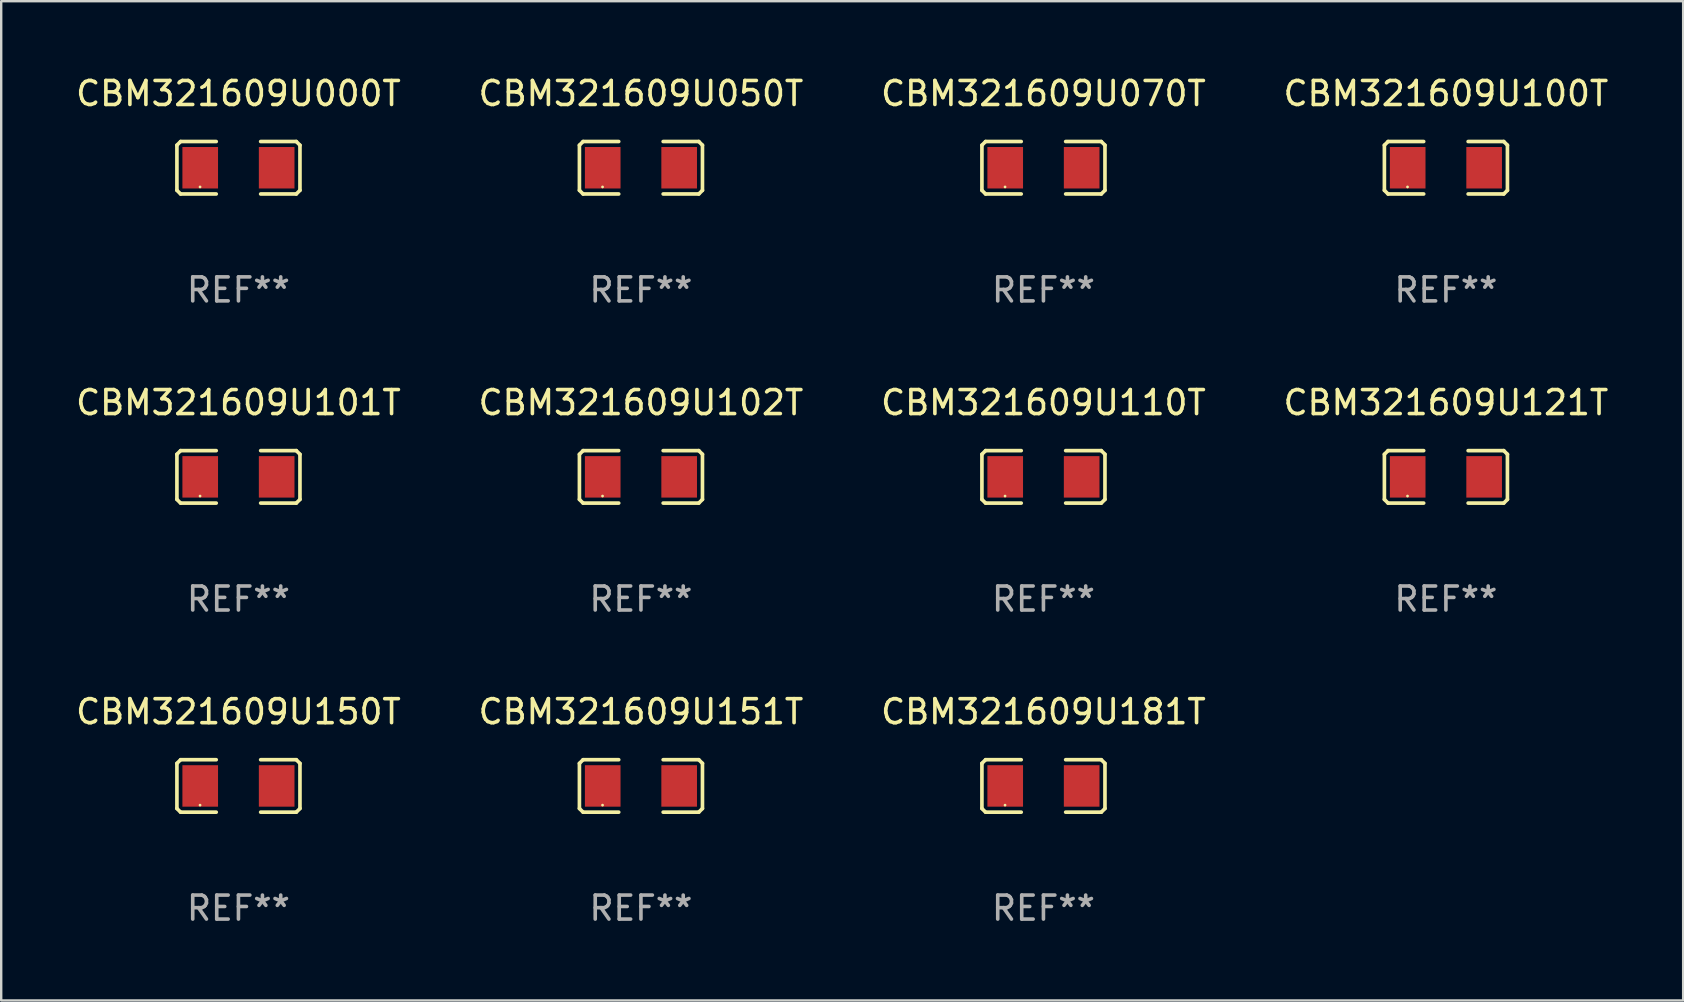
<source format=kicad_pcb>
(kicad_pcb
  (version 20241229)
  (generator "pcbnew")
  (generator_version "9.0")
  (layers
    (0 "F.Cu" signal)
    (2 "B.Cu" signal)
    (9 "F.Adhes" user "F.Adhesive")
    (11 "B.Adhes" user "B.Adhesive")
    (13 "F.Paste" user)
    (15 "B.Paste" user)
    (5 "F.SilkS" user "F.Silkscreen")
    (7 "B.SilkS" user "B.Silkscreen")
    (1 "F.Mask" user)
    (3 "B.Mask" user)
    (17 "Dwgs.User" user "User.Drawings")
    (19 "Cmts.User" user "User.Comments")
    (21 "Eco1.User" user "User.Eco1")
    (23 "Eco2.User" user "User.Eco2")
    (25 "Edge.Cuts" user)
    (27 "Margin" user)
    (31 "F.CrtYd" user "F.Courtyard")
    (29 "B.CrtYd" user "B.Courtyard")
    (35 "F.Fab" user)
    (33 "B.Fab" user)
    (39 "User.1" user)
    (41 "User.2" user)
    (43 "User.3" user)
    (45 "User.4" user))
  (footprint "CBM321609U151T"
    (layer "F.Cu")
    (at 23.661 29.704)
    (property "Reference" "CBM321609U151T" (at 0 -3.093 0) (layer "F.SilkS") (effects (font (size 1 1) (thickness 0.15))))
    (attr through_hole)
    (fp_line (start -2.564 -0.94) (end -2.411 -1.093) (stroke (width 0.152) (type solid)) (layer "F.SilkS"))
    (fp_line (start -2.564 0.94) (end -2.564 -0.94) (stroke (width 0.152) (type solid)) (layer "F.SilkS"))
    (fp_line (start -2.411 -1.093) (end -0.926 -1.093) (stroke (width 0.152) (type solid)) (layer "F.SilkS"))
    (fp_line (start -2.411 1.093) (end -2.564 0.94) (stroke (width 0.152) (type solid)) (layer "F.SilkS"))
    (fp_line (start -0.926 1.093) (end -2.411 1.093) (stroke (width 0.152) (type solid)) (layer "F.SilkS"))
    (fp_line (start 0.926 1.093) (end 2.411 1.093) (stroke (width 0.152) (type solid)) (layer "F.SilkS"))
    (fp_line (start 2.411 -1.093) (end 0.926 -1.093) (stroke (width 0.152) (type solid)) (layer "F.SilkS"))
    (fp_line (start 2.411 1.093) (end 2.564 0.94) (stroke (width 0.152) (type solid)) (layer "F.SilkS"))
    (fp_line (start 2.564 -0.94) (end 2.411 -1.093) (stroke (width 0.152) (type solid)) (layer "F.SilkS"))
    (fp_line (start 2.564 0.94) (end 2.564 -0.94) (stroke (width 0.152) (type solid)) (layer "F.SilkS"))
    (fp_circle (center -1.6 0.8) (end -1.57 0.8) (stroke (width 0.06) (type solid)) (fill no) (layer "F.SilkS"))
    (fp_text user "REF**" (at 0 5.093 0) (layer "F.Fab") (effects (font (size 1 1) (thickness 0.15))))
    (pad "1" smd rect (at -1.593 0) (size 1.485 1.728) (layers "F.Cu" "F.Mask" "F.Paste"))
    (pad "2" smd rect (at 1.593 0) (size 1.485 1.728) (layers "F.Cu" "F.Mask" "F.Paste")))
  (footprint "CBM321609U110T"
    (layer "F.Cu")
    (at 40.435 16.823)
    (property "Reference" "CBM321609U110T" (at 0 -3.093 0) (layer "F.SilkS") (effects (font (size 1 1) (thickness 0.15))))
    (attr through_hole)
    (fp_line (start -2.564 -0.94) (end -2.411 -1.093) (stroke (width 0.152) (type solid)) (layer "F.SilkS"))
    (fp_line (start -2.564 0.94) (end -2.564 -0.94) (stroke (width 0.152) (type solid)) (layer "F.SilkS"))
    (fp_line (start -2.411 -1.093) (end -0.926 -1.093) (stroke (width 0.152) (type solid)) (layer "F.SilkS"))
    (fp_line (start -2.411 1.093) (end -2.564 0.94) (stroke (width 0.152) (type solid)) (layer "F.SilkS"))
    (fp_line (start -0.926 1.093) (end -2.411 1.093) (stroke (width 0.152) (type solid)) (layer "F.SilkS"))
    (fp_line (start 0.926 1.093) (end 2.411 1.093) (stroke (width 0.152) (type solid)) (layer "F.SilkS"))
    (fp_line (start 2.411 -1.093) (end 0.926 -1.093) (stroke (width 0.152) (type solid)) (layer "F.SilkS"))
    (fp_line (start 2.411 1.093) (end 2.564 0.94) (stroke (width 0.152) (type solid)) (layer "F.SilkS"))
    (fp_line (start 2.564 -0.94) (end 2.411 -1.093) (stroke (width 0.152) (type solid)) (layer "F.SilkS"))
    (fp_line (start 2.564 0.94) (end 2.564 -0.94) (stroke (width 0.152) (type solid)) (layer "F.SilkS"))
    (fp_circle (center -1.6 0.8) (end -1.57 0.8) (stroke (width 0.06) (type solid)) (fill no) (layer "F.SilkS"))
    (fp_text user "REF**" (at 0 5.093 0) (layer "F.Fab") (effects (font (size 1 1) (thickness 0.15))))
    (pad "1" smd rect (at -1.593 0) (size 1.485 1.728) (layers "F.Cu" "F.Mask" "F.Paste"))
    (pad "2" smd rect (at 1.593 0) (size 1.485 1.728) (layers "F.Cu" "F.Mask" "F.Paste")))
  (footprint "CBM321609U070T"
    (layer "F.Cu")
    (at 40.435 3.941)
    (property "Reference" "CBM321609U070T" (at 0 -3.093 0) (layer "F.SilkS") (effects (font (size 1 1) (thickness 0.15))))
    (attr through_hole)
    (fp_line (start -2.564 -0.94) (end -2.411 -1.093) (stroke (width 0.152) (type solid)) (layer "F.SilkS"))
    (fp_line (start -2.564 0.94) (end -2.564 -0.94) (stroke (width 0.152) (type solid)) (layer "F.SilkS"))
    (fp_line (start -2.411 -1.093) (end -0.926 -1.093) (stroke (width 0.152) (type solid)) (layer "F.SilkS"))
    (fp_line (start -2.411 1.093) (end -2.564 0.94) (stroke (width 0.152) (type solid)) (layer "F.SilkS"))
    (fp_line (start -0.926 1.093) (end -2.411 1.093) (stroke (width 0.152) (type solid)) (layer "F.SilkS"))
    (fp_line (start 0.926 1.093) (end 2.411 1.093) (stroke (width 0.152) (type solid)) (layer "F.SilkS"))
    (fp_line (start 2.411 -1.093) (end 0.926 -1.093) (stroke (width 0.152) (type solid)) (layer "F.SilkS"))
    (fp_line (start 2.411 1.093) (end 2.564 0.94) (stroke (width 0.152) (type solid)) (layer "F.SilkS"))
    (fp_line (start 2.564 -0.94) (end 2.411 -1.093) (stroke (width 0.152) (type solid)) (layer "F.SilkS"))
    (fp_line (start 2.564 0.94) (end 2.564 -0.94) (stroke (width 0.152) (type solid)) (layer "F.SilkS"))
    (fp_circle (center -1.6 0.8) (end -1.57 0.8) (stroke (width 0.06) (type solid)) (fill no) (layer "F.SilkS"))
    (fp_text user "REF**" (at 0 5.093 0) (layer "F.Fab") (effects (font (size 1 1) (thickness 0.15))))
    (pad "1" smd rect (at -1.593 0) (size 1.485 1.728) (layers "F.Cu" "F.Mask" "F.Paste"))
    (pad "2" smd rect (at 1.593 0) (size 1.485 1.728) (layers "F.Cu" "F.Mask" "F.Paste")))
  (footprint "CBM321609U000T"
    (layer "F.Cu")
    (at 6.887 3.941)
    (property "Reference" "CBM321609U000T" (at 0 -3.093 0) (layer "F.SilkS") (effects (font (size 1 1) (thickness 0.15))))
    (attr through_hole)
    (fp_line (start -2.564 -0.94) (end -2.411 -1.093) (stroke (width 0.152) (type solid)) (layer "F.SilkS"))
    (fp_line (start -2.564 0.94) (end -2.564 -0.94) (stroke (width 0.152) (type solid)) (layer "F.SilkS"))
    (fp_line (start -2.411 -1.093) (end -0.926 -1.093) (stroke (width 0.152) (type solid)) (layer "F.SilkS"))
    (fp_line (start -2.411 1.093) (end -2.564 0.94) (stroke (width 0.152) (type solid)) (layer "F.SilkS"))
    (fp_line (start -0.926 1.093) (end -2.411 1.093) (stroke (width 0.152) (type solid)) (layer "F.SilkS"))
    (fp_line (start 0.926 1.093) (end 2.411 1.093) (stroke (width 0.152) (type solid)) (layer "F.SilkS"))
    (fp_line (start 2.411 -1.093) (end 0.926 -1.093) (stroke (width 0.152) (type solid)) (layer "F.SilkS"))
    (fp_line (start 2.411 1.093) (end 2.564 0.94) (stroke (width 0.152) (type solid)) (layer "F.SilkS"))
    (fp_line (start 2.564 -0.94) (end 2.411 -1.093) (stroke (width 0.152) (type solid)) (layer "F.SilkS"))
    (fp_line (start 2.564 0.94) (end 2.564 -0.94) (stroke (width 0.152) (type solid)) (layer "F.SilkS"))
    (fp_circle (center -1.6 0.8) (end -1.57 0.8) (stroke (width 0.06) (type solid)) (fill no) (layer "F.SilkS"))
    (fp_text user "REF**" (at 0 5.093 0) (layer "F.Fab") (effects (font (size 1 1) (thickness 0.15))))
    (pad "1" smd rect (at -1.593 0) (size 1.485 1.728) (layers "F.Cu" "F.Mask" "F.Paste"))
    (pad "2" smd rect (at 1.593 0) (size 1.485 1.728) (layers "F.Cu" "F.Mask" "F.Paste")))
  (footprint "CBM321609U050T"
    (layer "F.Cu")
    (at 23.661 3.941)
    (property "Reference" "CBM321609U050T" (at 0 -3.093 0) (layer "F.SilkS") (effects (font (size 1 1) (thickness 0.15))))
    (attr through_hole)
    (fp_line (start -2.564 -0.94) (end -2.411 -1.093) (stroke (width 0.152) (type solid)) (layer "F.SilkS"))
    (fp_line (start -2.564 0.94) (end -2.564 -0.94) (stroke (width 0.152) (type solid)) (layer "F.SilkS"))
    (fp_line (start -2.411 -1.093) (end -0.926 -1.093) (stroke (width 0.152) (type solid)) (layer "F.SilkS"))
    (fp_line (start -2.411 1.093) (end -2.564 0.94) (stroke (width 0.152) (type solid)) (layer "F.SilkS"))
    (fp_line (start -0.926 1.093) (end -2.411 1.093) (stroke (width 0.152) (type solid)) (layer "F.SilkS"))
    (fp_line (start 0.926 1.093) (end 2.411 1.093) (stroke (width 0.152) (type solid)) (layer "F.SilkS"))
    (fp_line (start 2.411 -1.093) (end 0.926 -1.093) (stroke (width 0.152) (type solid)) (layer "F.SilkS"))
    (fp_line (start 2.411 1.093) (end 2.564 0.94) (stroke (width 0.152) (type solid)) (layer "F.SilkS"))
    (fp_line (start 2.564 -0.94) (end 2.411 -1.093) (stroke (width 0.152) (type solid)) (layer "F.SilkS"))
    (fp_line (start 2.564 0.94) (end 2.564 -0.94) (stroke (width 0.152) (type solid)) (layer "F.SilkS"))
    (fp_circle (center -1.6 0.8) (end -1.57 0.8) (stroke (width 0.06) (type solid)) (fill no) (layer "F.SilkS"))
    (fp_text user "REF**" (at 0 5.093 0) (layer "F.Fab") (effects (font (size 1 1) (thickness 0.15))))
    (pad "1" smd rect (at -1.593 0) (size 1.485 1.728) (layers "F.Cu" "F.Mask" "F.Paste"))
    (pad "2" smd rect (at 1.593 0) (size 1.485 1.728) (layers "F.Cu" "F.Mask" "F.Paste")))
  (footprint "CBM321609U101T"
    (layer "F.Cu")
    (at 6.887 16.823)
    (property "Reference" "CBM321609U101T" (at 0 -3.093 0) (layer "F.SilkS") (effects (font (size 1 1) (thickness 0.15))))
    (attr through_hole)
    (fp_line (start -2.564 -0.94) (end -2.411 -1.093) (stroke (width 0.152) (type solid)) (layer "F.SilkS"))
    (fp_line (start -2.564 0.94) (end -2.564 -0.94) (stroke (width 0.152) (type solid)) (layer "F.SilkS"))
    (fp_line (start -2.411 -1.093) (end -0.926 -1.093) (stroke (width 0.152) (type solid)) (layer "F.SilkS"))
    (fp_line (start -2.411 1.093) (end -2.564 0.94) (stroke (width 0.152) (type solid)) (layer "F.SilkS"))
    (fp_line (start -0.926 1.093) (end -2.411 1.093) (stroke (width 0.152) (type solid)) (layer "F.SilkS"))
    (fp_line (start 0.926 1.093) (end 2.411 1.093) (stroke (width 0.152) (type solid)) (layer "F.SilkS"))
    (fp_line (start 2.411 -1.093) (end 0.926 -1.093) (stroke (width 0.152) (type solid)) (layer "F.SilkS"))
    (fp_line (start 2.411 1.093) (end 2.564 0.94) (stroke (width 0.152) (type solid)) (layer "F.SilkS"))
    (fp_line (start 2.564 -0.94) (end 2.411 -1.093) (stroke (width 0.152) (type solid)) (layer "F.SilkS"))
    (fp_line (start 2.564 0.94) (end 2.564 -0.94) (stroke (width 0.152) (type solid)) (layer "F.SilkS"))
    (fp_circle (center -1.6 0.8) (end -1.57 0.8) (stroke (width 0.06) (type solid)) (fill no) (layer "F.SilkS"))
    (fp_text user "REF**" (at 0 5.093 0) (layer "F.Fab") (effects (font (size 1 1) (thickness 0.15))))
    (pad "1" smd rect (at -1.593 0) (size 1.485 1.728) (layers "F.Cu" "F.Mask" "F.Paste"))
    (pad "2" smd rect (at 1.593 0) (size 1.485 1.728) (layers "F.Cu" "F.Mask" "F.Paste")))
  (footprint "CBM321609U100T"
    (layer "F.Cu")
    (at 57.208 3.941)
    (property "Reference" "CBM321609U100T" (at 0 -3.093 0) (layer "F.SilkS") (effects (font (size 1 1) (thickness 0.15))))
    (attr through_hole)
    (fp_line (start -2.564 -0.94) (end -2.411 -1.093) (stroke (width 0.152) (type solid)) (layer "F.SilkS"))
    (fp_line (start -2.564 0.94) (end -2.564 -0.94) (stroke (width 0.152) (type solid)) (layer "F.SilkS"))
    (fp_line (start -2.411 -1.093) (end -0.926 -1.093) (stroke (width 0.152) (type solid)) (layer "F.SilkS"))
    (fp_line (start -2.411 1.093) (end -2.564 0.94) (stroke (width 0.152) (type solid)) (layer "F.SilkS"))
    (fp_line (start -0.926 1.093) (end -2.411 1.093) (stroke (width 0.152) (type solid)) (layer "F.SilkS"))
    (fp_line (start 0.926 1.093) (end 2.411 1.093) (stroke (width 0.152) (type solid)) (layer "F.SilkS"))
    (fp_line (start 2.411 -1.093) (end 0.926 -1.093) (stroke (width 0.152) (type solid)) (layer "F.SilkS"))
    (fp_line (start 2.411 1.093) (end 2.564 0.94) (stroke (width 0.152) (type solid)) (layer "F.SilkS"))
    (fp_line (start 2.564 -0.94) (end 2.411 -1.093) (stroke (width 0.152) (type solid)) (layer "F.SilkS"))
    (fp_line (start 2.564 0.94) (end 2.564 -0.94) (stroke (width 0.152) (type solid)) (layer "F.SilkS"))
    (fp_circle (center -1.6 0.8) (end -1.57 0.8) (stroke (width 0.06) (type solid)) (fill no) (layer "F.SilkS"))
    (fp_text user "REF**" (at 0 5.093 0) (layer "F.Fab") (effects (font (size 1 1) (thickness 0.15))))
    (pad "1" smd rect (at -1.593 0) (size 1.485 1.728) (layers "F.Cu" "F.Mask" "F.Paste"))
    (pad "2" smd rect (at 1.593 0) (size 1.485 1.728) (layers "F.Cu" "F.Mask" "F.Paste")))
  (footprint "CBM321609U150T"
    (layer "F.Cu")
    (at 6.887 29.704)
    (property "Reference" "CBM321609U150T" (at 0 -3.093 0) (layer "F.SilkS") (effects (font (size 1 1) (thickness 0.15))))
    (attr through_hole)
    (fp_line (start -2.564 -0.94) (end -2.411 -1.093) (stroke (width 0.152) (type solid)) (layer "F.SilkS"))
    (fp_line (start -2.564 0.94) (end -2.564 -0.94) (stroke (width 0.152) (type solid)) (layer "F.SilkS"))
    (fp_line (start -2.411 -1.093) (end -0.926 -1.093) (stroke (width 0.152) (type solid)) (layer "F.SilkS"))
    (fp_line (start -2.411 1.093) (end -2.564 0.94) (stroke (width 0.152) (type solid)) (layer "F.SilkS"))
    (fp_line (start -0.926 1.093) (end -2.411 1.093) (stroke (width 0.152) (type solid)) (layer "F.SilkS"))
    (fp_line (start 0.926 1.093) (end 2.411 1.093) (stroke (width 0.152) (type solid)) (layer "F.SilkS"))
    (fp_line (start 2.411 -1.093) (end 0.926 -1.093) (stroke (width 0.152) (type solid)) (layer "F.SilkS"))
    (fp_line (start 2.411 1.093) (end 2.564 0.94) (stroke (width 0.152) (type solid)) (layer "F.SilkS"))
    (fp_line (start 2.564 -0.94) (end 2.411 -1.093) (stroke (width 0.152) (type solid)) (layer "F.SilkS"))
    (fp_line (start 2.564 0.94) (end 2.564 -0.94) (stroke (width 0.152) (type solid)) (layer "F.SilkS"))
    (fp_circle (center -1.6 0.8) (end -1.57 0.8) (stroke (width 0.06) (type solid)) (fill no) (layer "F.SilkS"))
    (fp_text user "REF**" (at 0 5.093 0) (layer "F.Fab") (effects (font (size 1 1) (thickness 0.15))))
    (pad "1" smd rect (at -1.593 0) (size 1.485 1.728) (layers "F.Cu" "F.Mask" "F.Paste"))
    (pad "2" smd rect (at 1.593 0) (size 1.485 1.728) (layers "F.Cu" "F.Mask" "F.Paste")))
  (footprint "CBM321609U102T"
    (layer "F.Cu")
    (at 23.661 16.823)
    (property "Reference" "CBM321609U102T" (at 0 -3.093 0) (layer "F.SilkS") (effects (font (size 1 1) (thickness 0.15))))
    (attr through_hole)
    (fp_line (start -2.564 -0.94) (end -2.411 -1.093) (stroke (width 0.152) (type solid)) (layer "F.SilkS"))
    (fp_line (start -2.564 0.94) (end -2.564 -0.94) (stroke (width 0.152) (type solid)) (layer "F.SilkS"))
    (fp_line (start -2.411 -1.093) (end -0.926 -1.093) (stroke (width 0.152) (type solid)) (layer "F.SilkS"))
    (fp_line (start -2.411 1.093) (end -2.564 0.94) (stroke (width 0.152) (type solid)) (layer "F.SilkS"))
    (fp_line (start -0.926 1.093) (end -2.411 1.093) (stroke (width 0.152) (type solid)) (layer "F.SilkS"))
    (fp_line (start 0.926 1.093) (end 2.411 1.093) (stroke (width 0.152) (type solid)) (layer "F.SilkS"))
    (fp_line (start 2.411 -1.093) (end 0.926 -1.093) (stroke (width 0.152) (type solid)) (layer "F.SilkS"))
    (fp_line (start 2.411 1.093) (end 2.564 0.94) (stroke (width 0.152) (type solid)) (layer "F.SilkS"))
    (fp_line (start 2.564 -0.94) (end 2.411 -1.093) (stroke (width 0.152) (type solid)) (layer "F.SilkS"))
    (fp_line (start 2.564 0.94) (end 2.564 -0.94) (stroke (width 0.152) (type solid)) (layer "F.SilkS"))
    (fp_circle (center -1.6 0.8) (end -1.57 0.8) (stroke (width 0.06) (type solid)) (fill no) (layer "F.SilkS"))
    (fp_text user "REF**" (at 0 5.093 0) (layer "F.Fab") (effects (font (size 1 1) (thickness 0.15))))
    (pad "1" smd rect (at -1.593 0) (size 1.485 1.728) (layers "F.Cu" "F.Mask" "F.Paste"))
    (pad "2" smd rect (at 1.593 0) (size 1.485 1.728) (layers "F.Cu" "F.Mask" "F.Paste")))
  (footprint "CBM321609U181T"
    (layer "F.Cu")
    (at 40.435 29.704)
    (property "Reference" "CBM321609U181T" (at 0 -3.093 0) (layer "F.SilkS") (effects (font (size 1 1) (thickness 0.15))))
    (attr through_hole)
    (fp_line (start -2.564 -0.94) (end -2.411 -1.093) (stroke (width 0.152) (type solid)) (layer "F.SilkS"))
    (fp_line (start -2.564 0.94) (end -2.564 -0.94) (stroke (width 0.152) (type solid)) (layer "F.SilkS"))
    (fp_line (start -2.411 -1.093) (end -0.926 -1.093) (stroke (width 0.152) (type solid)) (layer "F.SilkS"))
    (fp_line (start -2.411 1.093) (end -2.564 0.94) (stroke (width 0.152) (type solid)) (layer "F.SilkS"))
    (fp_line (start -0.926 1.093) (end -2.411 1.093) (stroke (width 0.152) (type solid)) (layer "F.SilkS"))
    (fp_line (start 0.926 1.093) (end 2.411 1.093) (stroke (width 0.152) (type solid)) (layer "F.SilkS"))
    (fp_line (start 2.411 -1.093) (end 0.926 -1.093) (stroke (width 0.152) (type solid)) (layer "F.SilkS"))
    (fp_line (start 2.411 1.093) (end 2.564 0.94) (stroke (width 0.152) (type solid)) (layer "F.SilkS"))
    (fp_line (start 2.564 -0.94) (end 2.411 -1.093) (stroke (width 0.152) (type solid)) (layer "F.SilkS"))
    (fp_line (start 2.564 0.94) (end 2.564 -0.94) (stroke (width 0.152) (type solid)) (layer "F.SilkS"))
    (fp_circle (center -1.6 0.8) (end -1.57 0.8) (stroke (width 0.06) (type solid)) (fill no) (layer "F.SilkS"))
    (fp_text user "REF**" (at 0 5.093 0) (layer "F.Fab") (effects (font (size 1 1) (thickness 0.15))))
    (pad "1" smd rect (at -1.593 0) (size 1.485 1.728) (layers "F.Cu" "F.Mask" "F.Paste"))
    (pad "2" smd rect (at 1.593 0) (size 1.485 1.728) (layers "F.Cu" "F.Mask" "F.Paste")))
  (footprint "CBM321609U121T"
    (layer "F.Cu")
    (at 57.208 16.823)
    (property "Reference" "CBM321609U121T" (at 0 -3.093 0) (layer "F.SilkS") (effects (font (size 1 1) (thickness 0.15))))
    (attr through_hole)
    (fp_line (start -2.564 -0.94) (end -2.411 -1.093) (stroke (width 0.152) (type solid)) (layer "F.SilkS"))
    (fp_line (start -2.564 0.94) (end -2.564 -0.94) (stroke (width 0.152) (type solid)) (layer "F.SilkS"))
    (fp_line (start -2.411 -1.093) (end -0.926 -1.093) (stroke (width 0.152) (type solid)) (layer "F.SilkS"))
    (fp_line (start -2.411 1.093) (end -2.564 0.94) (stroke (width 0.152) (type solid)) (layer "F.SilkS"))
    (fp_line (start -0.926 1.093) (end -2.411 1.093) (stroke (width 0.152) (type solid)) (layer "F.SilkS"))
    (fp_line (start 0.926 1.093) (end 2.411 1.093) (stroke (width 0.152) (type solid)) (layer "F.SilkS"))
    (fp_line (start 2.411 -1.093) (end 0.926 -1.093) (stroke (width 0.152) (type solid)) (layer "F.SilkS"))
    (fp_line (start 2.411 1.093) (end 2.564 0.94) (stroke (width 0.152) (type solid)) (layer "F.SilkS"))
    (fp_line (start 2.564 -0.94) (end 2.411 -1.093) (stroke (width 0.152) (type solid)) (layer "F.SilkS"))
    (fp_line (start 2.564 0.94) (end 2.564 -0.94) (stroke (width 0.152) (type solid)) (layer "F.SilkS"))
    (fp_circle (center -1.6 0.8) (end -1.57 0.8) (stroke (width 0.06) (type solid)) (fill no) (layer "F.SilkS"))
    (fp_text user "REF**" (at 0 5.093 0) (layer "F.Fab") (effects (font (size 1 1) (thickness 0.15))))
    (pad "1" smd rect (at -1.593 0) (size 1.485 1.728) (layers "F.Cu" "F.Mask" "F.Paste"))
    (pad "2" smd rect (at 1.593 0) (size 1.485 1.728) (layers "F.Cu" "F.Mask" "F.Paste")))
  (gr_rect
    (start -3 -3)
    (end 67.095 38.645)
    (stroke (width 0.1) (type default))
    (fill no)
    (layer "Edge.Cuts")))
</source>
